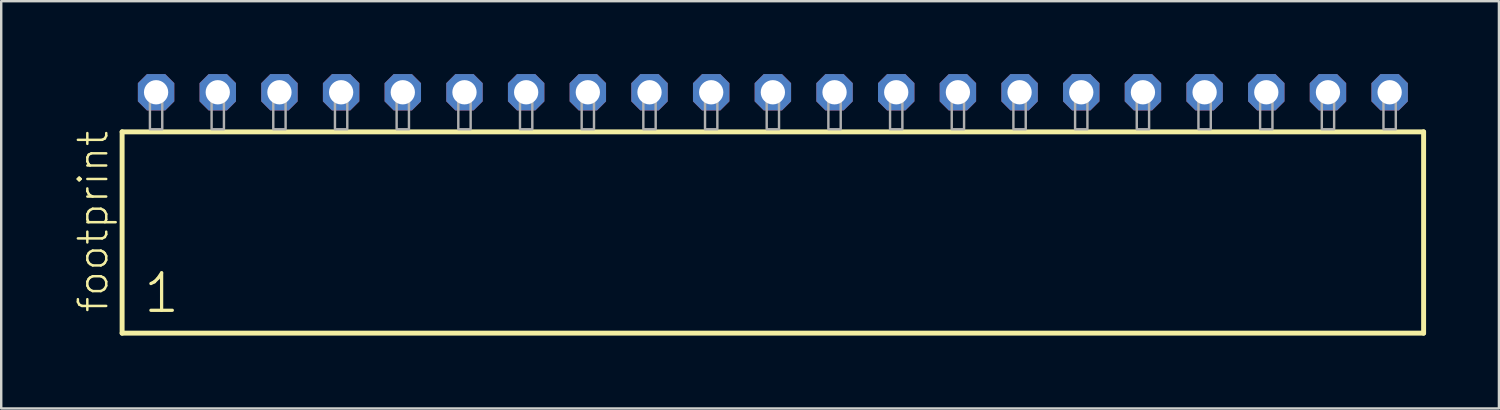
<source format=kicad_pcb>
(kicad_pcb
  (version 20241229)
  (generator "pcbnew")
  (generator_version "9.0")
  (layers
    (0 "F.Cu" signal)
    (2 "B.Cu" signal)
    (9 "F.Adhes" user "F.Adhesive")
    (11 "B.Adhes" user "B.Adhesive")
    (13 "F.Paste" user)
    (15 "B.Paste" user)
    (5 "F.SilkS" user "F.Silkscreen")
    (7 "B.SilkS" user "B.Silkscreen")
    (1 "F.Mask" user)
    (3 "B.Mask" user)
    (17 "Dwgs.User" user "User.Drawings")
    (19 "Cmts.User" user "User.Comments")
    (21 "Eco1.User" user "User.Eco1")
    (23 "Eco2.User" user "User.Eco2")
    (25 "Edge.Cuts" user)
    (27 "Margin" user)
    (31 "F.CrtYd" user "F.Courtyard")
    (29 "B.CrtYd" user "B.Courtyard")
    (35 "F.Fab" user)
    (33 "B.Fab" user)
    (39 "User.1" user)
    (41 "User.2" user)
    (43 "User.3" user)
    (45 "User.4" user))
  (footprint "footprint"
    (layer "F.Cu")
    (at 28.778 2.274)
    (property "Reference" "footprint" (at -27.305 7.62 90) (layer "F.SilkS") (effects (font (size 1.168 1.168) (thickness 0.102)) (justify left bottom)))
    (fp_line (start -26.799 0.106) (end -26.799 8.396) (stroke (width 0.203) (type solid)) (layer "F.SilkS"))
    (fp_line (start -26.799 8.396) (end 26.799 8.396) (stroke (width 0.203) (type solid)) (layer "F.SilkS"))
    (fp_line (start 26.799 0.106) (end -26.799 0.106) (stroke (width 0.203) (type solid)) (layer "F.SilkS"))
    (fp_line (start 26.799 8.396) (end 26.799 0.106) (stroke (width 0.203) (type solid)) (layer "F.SilkS"))
    (fp_poly (pts (xy -25.654 0) (xy -25.146 0) (xy -25.146 -1.778) (xy -25.654 -1.778)) (stroke (width 0.1) (type solid)) (fill no) (layer "F.Fab"))
    (fp_poly (pts (xy -23.114 0) (xy -22.606 0) (xy -22.606 -1.778) (xy -23.114 -1.778)) (stroke (width 0.1) (type solid)) (fill no) (layer "F.Fab"))
    (fp_poly (pts (xy -20.574 0) (xy -20.066 0) (xy -20.066 -1.778) (xy -20.574 -1.778)) (stroke (width 0.1) (type solid)) (fill no) (layer "F.Fab"))
    (fp_poly (pts (xy -18.034 0) (xy -17.526 0) (xy -17.526 -1.778) (xy -18.034 -1.778)) (stroke (width 0.1) (type solid)) (fill no) (layer "F.Fab"))
    (fp_poly (pts (xy -15.494 0) (xy -14.986 0) (xy -14.986 -1.778) (xy -15.494 -1.778)) (stroke (width 0.1) (type solid)) (fill no) (layer "F.Fab"))
    (fp_poly (pts (xy -12.954 0) (xy -12.446 0) (xy -12.446 -1.778) (xy -12.954 -1.778)) (stroke (width 0.1) (type solid)) (fill no) (layer "F.Fab"))
    (fp_poly (pts (xy -10.414 0) (xy -9.906 0) (xy -9.906 -1.778) (xy -10.414 -1.778)) (stroke (width 0.1) (type solid)) (fill no) (layer "F.Fab"))
    (fp_poly (pts (xy -7.874 0) (xy -7.366 0) (xy -7.366 -1.778) (xy -7.874 -1.778)) (stroke (width 0.1) (type solid)) (fill no) (layer "F.Fab"))
    (fp_poly (pts (xy -5.334 0) (xy -4.826 0) (xy -4.826 -1.778) (xy -5.334 -1.778)) (stroke (width 0.1) (type solid)) (fill no) (layer "F.Fab"))
    (fp_poly (pts (xy -2.794 0) (xy -2.286 0) (xy -2.286 -1.778) (xy -2.794 -1.778)) (stroke (width 0.1) (type solid)) (fill no) (layer "F.Fab"))
    (fp_poly (pts (xy -0.254 0) (xy 0.254 0) (xy 0.254 -1.778) (xy -0.254 -1.778)) (stroke (width 0.1) (type solid)) (fill no) (layer "F.Fab"))
    (fp_poly (pts (xy 2.286 0) (xy 2.794 0) (xy 2.794 -1.778) (xy 2.286 -1.778)) (stroke (width 0.1) (type solid)) (fill no) (layer "F.Fab"))
    (fp_poly (pts (xy 4.826 0) (xy 5.334 0) (xy 5.334 -1.778) (xy 4.826 -1.778)) (stroke (width 0.1) (type solid)) (fill no) (layer "F.Fab"))
    (fp_poly (pts (xy 7.366 0) (xy 7.874 0) (xy 7.874 -1.778) (xy 7.366 -1.778)) (stroke (width 0.1) (type solid)) (fill no) (layer "F.Fab"))
    (fp_poly (pts (xy 9.906 0) (xy 10.414 0) (xy 10.414 -1.778) (xy 9.906 -1.778)) (stroke (width 0.1) (type solid)) (fill no) (layer "F.Fab"))
    (fp_poly (pts (xy 12.446 0) (xy 12.954 0) (xy 12.954 -1.778) (xy 12.446 -1.778)) (stroke (width 0.1) (type solid)) (fill no) (layer "F.Fab"))
    (fp_poly (pts (xy 14.986 0) (xy 15.494 0) (xy 15.494 -1.778) (xy 14.986 -1.778)) (stroke (width 0.1) (type solid)) (fill no) (layer "F.Fab"))
    (fp_poly (pts (xy 17.526 0) (xy 18.034 0) (xy 18.034 -1.778) (xy 17.526 -1.778)) (stroke (width 0.1) (type solid)) (fill no) (layer "F.Fab"))
    (fp_poly (pts (xy 20.066 0) (xy 20.574 0) (xy 20.574 -1.778) (xy 20.066 -1.778)) (stroke (width 0.1) (type solid)) (fill no) (layer "F.Fab"))
    (fp_poly (pts (xy 22.606 0) (xy 23.114 0) (xy 23.114 -1.778) (xy 22.606 -1.778)) (stroke (width 0.1) (type solid)) (fill no) (layer "F.Fab"))
    (fp_poly (pts (xy 25.146 0) (xy 25.654 0) (xy 25.654 -1.778) (xy 25.146 -1.778)) (stroke (width 0.1) (type solid)) (fill no) (layer "F.Fab"))
    (fp_text user "1" (at -25.995 7.65 0) (layer "F.SilkS") (effects (font (size 1.542 1.542) (thickness 0.134)) (justify left bottom)))
    (pad "1" thru_hole roundrect (at -25.4 -1.524) (size 1.5 1.5) (drill 1) (layers "*.Cu" "*.Mask") (roundrect_rratio 0.25) (chamfer_ratio 0.25) (chamfer top_left top_right bottom_left bottom_right))
    (pad "2" thru_hole roundrect (at -22.86 -1.524) (size 1.5 1.5) (drill 1) (layers "*.Cu" "*.Mask") (roundrect_rratio 0.25) (chamfer_ratio 0.25) (chamfer top_left top_right bottom_left bottom_right))
    (pad "3" thru_hole roundrect (at -20.32 -1.524) (size 1.5 1.5) (drill 1) (layers "*.Cu" "*.Mask") (roundrect_rratio 0.25) (chamfer_ratio 0.25) (chamfer top_left top_right bottom_left bottom_right))
    (pad "4" thru_hole roundrect (at -17.78 -1.524) (size 1.5 1.5) (drill 1) (layers "*.Cu" "*.Mask") (roundrect_rratio 0.25) (chamfer_ratio 0.25) (chamfer top_left top_right bottom_left bottom_right))
    (pad "5" thru_hole roundrect (at -15.24 -1.524) (size 1.5 1.5) (drill 1) (layers "*.Cu" "*.Mask") (roundrect_rratio 0.25) (chamfer_ratio 0.25) (chamfer top_left top_right bottom_left bottom_right))
    (pad "6" thru_hole roundrect (at -12.7 -1.524) (size 1.5 1.5) (drill 1) (layers "*.Cu" "*.Mask") (roundrect_rratio 0.25) (chamfer_ratio 0.25) (chamfer top_left top_right bottom_left bottom_right))
    (pad "7" thru_hole roundrect (at -10.16 -1.524) (size 1.5 1.5) (drill 1) (layers "*.Cu" "*.Mask") (roundrect_rratio 0.25) (chamfer_ratio 0.25) (chamfer top_left top_right bottom_left bottom_right))
    (pad "8" thru_hole roundrect (at -7.62 -1.524) (size 1.5 1.5) (drill 1) (layers "*.Cu" "*.Mask") (roundrect_rratio 0.25) (chamfer_ratio 0.25) (chamfer top_left top_right bottom_left bottom_right))
    (pad "9" thru_hole roundrect (at -5.08 -1.524) (size 1.5 1.5) (drill 1) (layers "*.Cu" "*.Mask") (roundrect_rratio 0.25) (chamfer_ratio 0.25) (chamfer top_left top_right bottom_left bottom_right))
    (pad "10" thru_hole roundrect (at -2.54 -1.524) (size 1.5 1.5) (drill 1) (layers "*.Cu" "*.Mask") (roundrect_rratio 0.25) (chamfer_ratio 0.25) (chamfer top_left top_right bottom_left bottom_right))
    (pad "11" thru_hole roundrect (at 0 -1.524) (size 1.5 1.5) (drill 1) (layers "*.Cu" "*.Mask") (roundrect_rratio 0.25) (chamfer_ratio 0.25) (chamfer top_left top_right bottom_left bottom_right))
    (pad "12" thru_hole roundrect (at 2.54 -1.524) (size 1.5 1.5) (drill 1) (layers "*.Cu" "*.Mask") (roundrect_rratio 0.25) (chamfer_ratio 0.25) (chamfer top_left top_right bottom_left bottom_right))
    (pad "13" thru_hole roundrect (at 5.08 -1.524) (size 1.5 1.5) (drill 1) (layers "*.Cu" "*.Mask") (roundrect_rratio 0.25) (chamfer_ratio 0.25) (chamfer top_left top_right bottom_left bottom_right))
    (pad "14" thru_hole roundrect (at 7.62 -1.524) (size 1.5 1.5) (drill 1) (layers "*.Cu" "*.Mask") (roundrect_rratio 0.25) (chamfer_ratio 0.25) (chamfer top_left top_right bottom_left bottom_right))
    (pad "15" thru_hole roundrect (at 10.16 -1.524) (size 1.5 1.5) (drill 1) (layers "*.Cu" "*.Mask") (roundrect_rratio 0.25) (chamfer_ratio 0.25) (chamfer top_left top_right bottom_left bottom_right))
    (pad "16" thru_hole roundrect (at 12.7 -1.524) (size 1.5 1.5) (drill 1) (layers "*.Cu" "*.Mask") (roundrect_rratio 0.25) (chamfer_ratio 0.25) (chamfer top_left top_right bottom_left bottom_right))
    (pad "17" thru_hole roundrect (at 15.24 -1.524) (size 1.5 1.5) (drill 1) (layers "*.Cu" "*.Mask") (roundrect_rratio 0.25) (chamfer_ratio 0.25) (chamfer top_left top_right bottom_left bottom_right))
    (pad "18" thru_hole roundrect (at 17.78 -1.524) (size 1.5 1.5) (drill 1) (layers "*.Cu" "*.Mask") (roundrect_rratio 0.25) (chamfer_ratio 0.25) (chamfer top_left top_right bottom_left bottom_right))
    (pad "19" thru_hole roundrect (at 20.32 -1.524) (size 1.5 1.5) (drill 1) (layers "*.Cu" "*.Mask") (roundrect_rratio 0.25) (chamfer_ratio 0.25) (chamfer top_left top_right bottom_left bottom_right))
    (pad "20" thru_hole roundrect (at 22.86 -1.524) (size 1.5 1.5) (drill 1) (layers "*.Cu" "*.Mask") (roundrect_rratio 0.25) (chamfer_ratio 0.25) (chamfer top_left top_right bottom_left bottom_right))
    (pad "21" thru_hole roundrect (at 25.4 -1.524) (size 1.5 1.5) (drill 1) (layers "*.Cu" "*.Mask") (roundrect_rratio 0.25) (chamfer_ratio 0.25) (chamfer top_left top_right bottom_left bottom_right)))
  (gr_rect
    (start -3 -3)
    (end 58.679 13.772)
    (stroke (width 0.1) (type default))
    (fill no)
    (layer "Edge.Cuts")))
</source>
